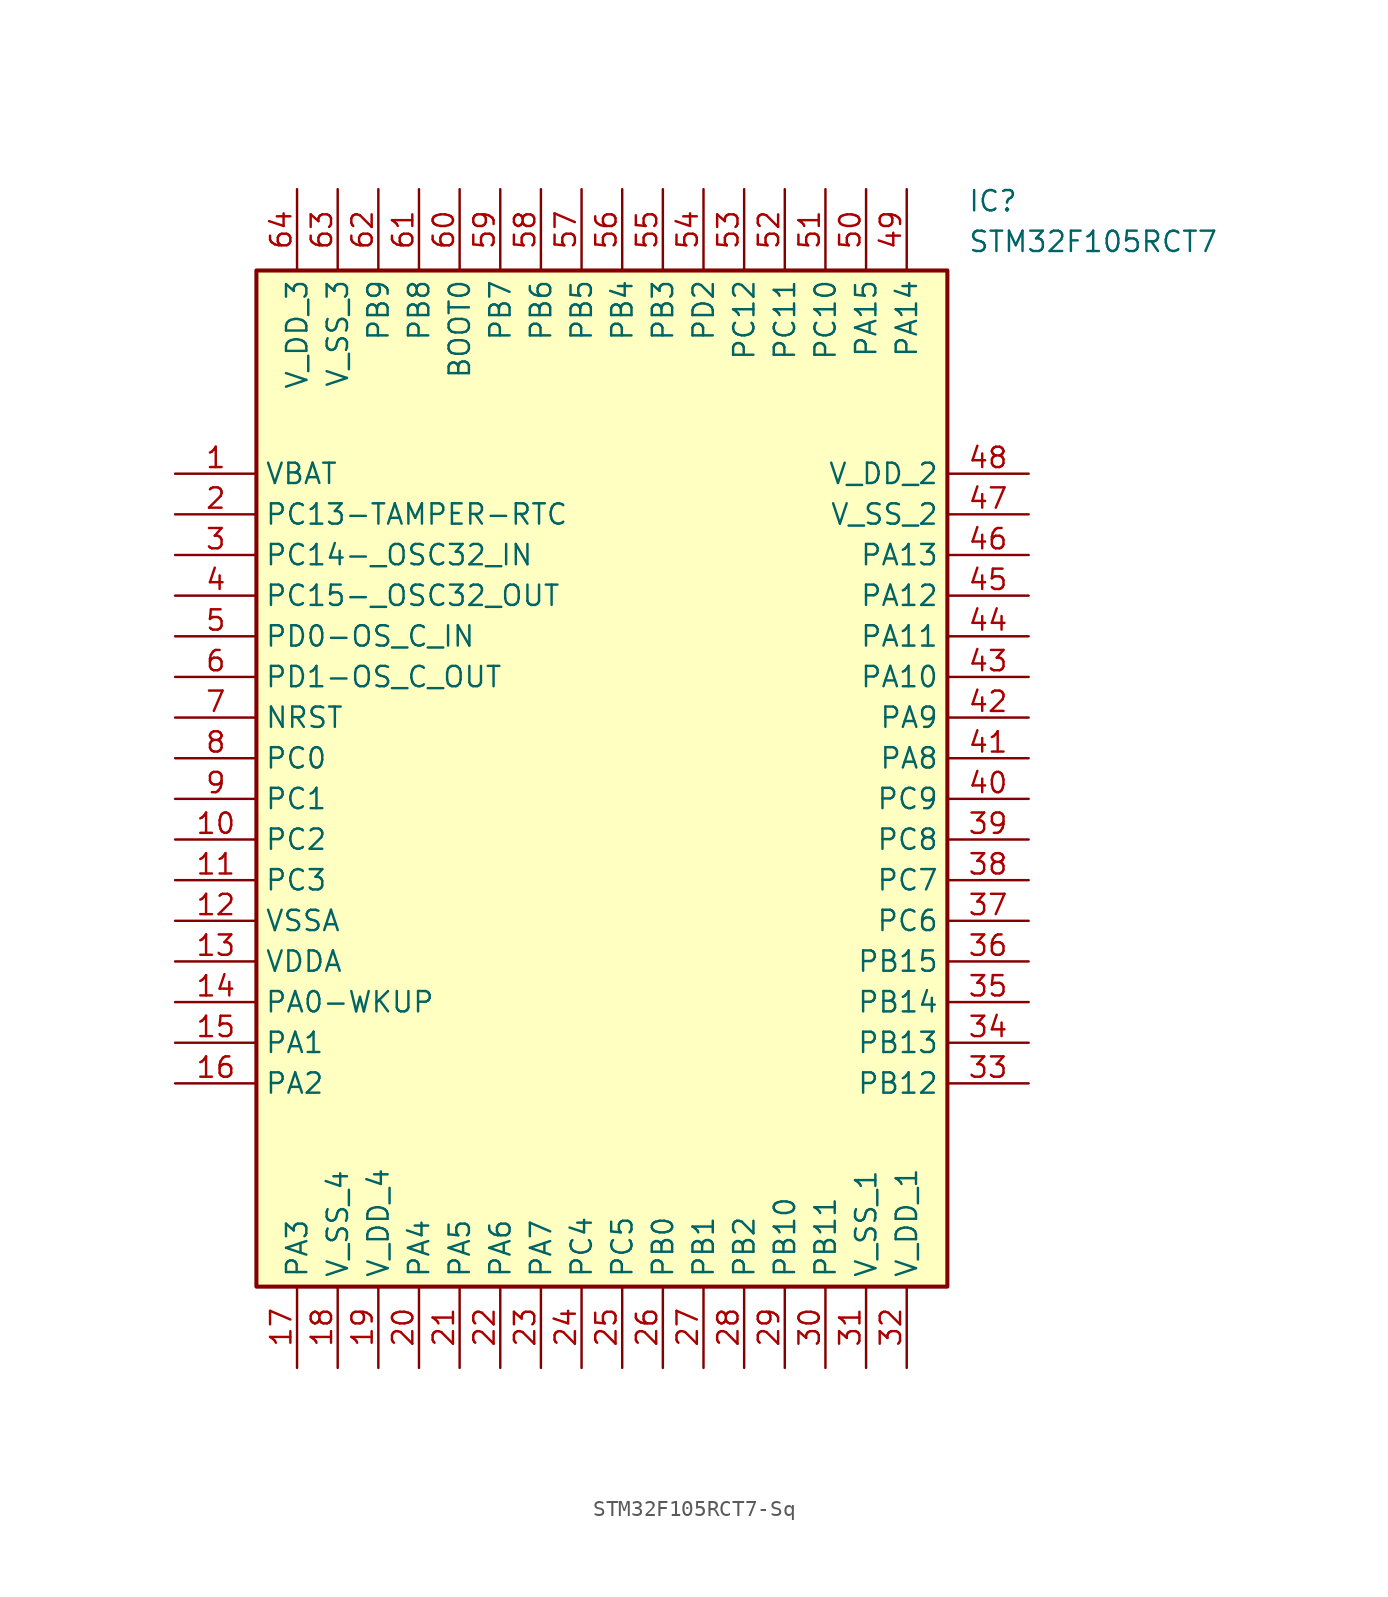
<source format=kicad_sym>
(kicad_symbol_lib
  (version 20231120)
  (generator "kicad_symbol_editor")
  (generator_version "8.0")
  (symbol "STM32F105RCT7-Sq"
    (property "Reference" "IC"
      (at 49.53 17.78 0)
      (effects (font (size 1.27 1.27)) (justify left top)))
    (property "Value" "STM32F105RCT7"
      (at 49.53 15.24 0)
      (effects (font (size 1.27 1.27)) (justify left top)))
    (rectangle
      (start 5.08 12.7)
      (end 48.26 -50.8)
      (stroke (width 0.254) (type default))
      (fill (type background)))
    (pin passive line
      (at 0 0 0)
      (length 5.08)
      (name "VBAT" (effects (font (size 1.27 1.27))))
      (number "1" (effects (font (size 1.27 1.27)))))
    (pin passive line
      (at 0 -2.54 0)
      (length 5.08)
      (name "PC13-TAMPER-RTC" (effects (font (size 1.27 1.27))))
      (number "2" (effects (font (size 1.27 1.27)))))
    (pin passive line
      (at 0 -5.08 0)
      (length 5.08)
      (name "PC14-_OSC32_IN" (effects (font (size 1.27 1.27))))
      (number "3" (effects (font (size 1.27 1.27)))))
    (pin passive line
      (at 0 -7.62 0)
      (length 5.08)
      (name "PC15-_OSC32_OUT" (effects (font (size 1.27 1.27))))
      (number "4" (effects (font (size 1.27 1.27)))))
    (pin passive line
      (at 0 -10.16 0)
      (length 5.08)
      (name "PD0-OS_C_IN" (effects (font (size 1.27 1.27))))
      (number "5" (effects (font (size 1.27 1.27)))))
    (pin passive line
      (at 0 -12.7 0)
      (length 5.08)
      (name "PD1-OS_C_OUT" (effects (font (size 1.27 1.27))))
      (number "6" (effects (font (size 1.27 1.27)))))
    (pin passive line
      (at 0 -15.24 0)
      (length 5.08)
      (name "NRST" (effects (font (size 1.27 1.27))))
      (number "7" (effects (font (size 1.27 1.27)))))
    (pin passive line
      (at 0 -17.78 0)
      (length 5.08)
      (name "PC0" (effects (font (size 1.27 1.27))))
      (number "8" (effects (font (size 1.27 1.27)))))
    (pin passive line
      (at 0 -20.32 0)
      (length 5.08)
      (name "PC1" (effects (font (size 1.27 1.27))))
      (number "9" (effects (font (size 1.27 1.27)))))
    (pin passive line
      (at 0 -22.86 0)
      (length 5.08)
      (name "PC2" (effects (font (size 1.27 1.27))))
      (number "10" (effects (font (size 1.27 1.27)))))
    (pin passive line
      (at 0 -25.4 0)
      (length 5.08)
      (name "PC3" (effects (font (size 1.27 1.27))))
      (number "11" (effects (font (size 1.27 1.27)))))
    (pin passive line
      (at 0 -27.94 0)
      (length 5.08)
      (name "VSSA" (effects (font (size 1.27 1.27))))
      (number "12" (effects (font (size 1.27 1.27)))))
    (pin passive line
      (at 0 -30.48 0)
      (length 5.08)
      (name "VDDA" (effects (font (size 1.27 1.27))))
      (number "13" (effects (font (size 1.27 1.27)))))
    (pin passive line
      (at 0 -33.02 0)
      (length 5.08)
      (name "PA0-WKUP" (effects (font (size 1.27 1.27))))
      (number "14" (effects (font (size 1.27 1.27)))))
    (pin passive line
      (at 0 -35.56 0)
      (length 5.08)
      (name "PA1" (effects (font (size 1.27 1.27))))
      (number "15" (effects (font (size 1.27 1.27)))))
    (pin passive line
      (at 0 -38.1 0)
      (length 5.08)
      (name "PA2" (effects (font (size 1.27 1.27))))
      (number "16" (effects (font (size 1.27 1.27)))))
    (pin passive line
      (at 7.62 -55.88 90)
      (length 5.08)
      (name "PA3" (effects (font (size 1.27 1.27))))
      (number "17" (effects (font (size 1.27 1.27)))))
    (pin passive line
      (at 10.16 -55.88 90)
      (length 5.08)
      (name "V_SS_4" (effects (font (size 1.27 1.27))))
      (number "18" (effects (font (size 1.27 1.27)))))
    (pin passive line
      (at 12.7 -55.88 90)
      (length 5.08)
      (name "V_DD_4" (effects (font (size 1.27 1.27))))
      (number "19" (effects (font (size 1.27 1.27)))))
    (pin passive line
      (at 15.24 -55.88 90)
      (length 5.08)
      (name "PA4" (effects (font (size 1.27 1.27))))
      (number "20" (effects (font (size 1.27 1.27)))))
    (pin passive line
      (at 17.78 -55.88 90)
      (length 5.08)
      (name "PA5" (effects (font (size 1.27 1.27))))
      (number "21" (effects (font (size 1.27 1.27)))))
    (pin passive line
      (at 20.32 -55.88 90)
      (length 5.08)
      (name "PA6" (effects (font (size 1.27 1.27))))
      (number "22" (effects (font (size 1.27 1.27)))))
    (pin passive line
      (at 22.86 -55.88 90)
      (length 5.08)
      (name "PA7" (effects (font (size 1.27 1.27))))
      (number "23" (effects (font (size 1.27 1.27)))))
    (pin passive line
      (at 25.4 -55.88 90)
      (length 5.08)
      (name "PC4" (effects (font (size 1.27 1.27))))
      (number "24" (effects (font (size 1.27 1.27)))))
    (pin passive line
      (at 27.94 -55.88 90)
      (length 5.08)
      (name "PC5" (effects (font (size 1.27 1.27))))
      (number "25" (effects (font (size 1.27 1.27)))))
    (pin passive line
      (at 30.48 -55.88 90)
      (length 5.08)
      (name "PB0" (effects (font (size 1.27 1.27))))
      (number "26" (effects (font (size 1.27 1.27)))))
    (pin passive line
      (at 33.02 -55.88 90)
      (length 5.08)
      (name "PB1" (effects (font (size 1.27 1.27))))
      (number "27" (effects (font (size 1.27 1.27)))))
    (pin passive line
      (at 35.56 -55.88 90)
      (length 5.08)
      (name "PB2" (effects (font (size 1.27 1.27))))
      (number "28" (effects (font (size 1.27 1.27)))))
    (pin passive line
      (at 38.1 -55.88 90)
      (length 5.08)
      (name "PB10" (effects (font (size 1.27 1.27))))
      (number "29" (effects (font (size 1.27 1.27)))))
    (pin passive line
      (at 40.64 -55.88 90)
      (length 5.08)
      (name "PB11" (effects (font (size 1.27 1.27))))
      (number "30" (effects (font (size 1.27 1.27)))))
    (pin passive line
      (at 43.18 -55.88 90)
      (length 5.08)
      (name "V_SS_1" (effects (font (size 1.27 1.27))))
      (number "31" (effects (font (size 1.27 1.27)))))
    (pin passive line
      (at 45.72 -55.88 90)
      (length 5.08)
      (name "V_DD_1" (effects (font (size 1.27 1.27))))
      (number "32" (effects (font (size 1.27 1.27)))))
    (pin passive line
      (at 53.34 0 180)
      (length 5.08)
      (name "V_DD_2" (effects (font (size 1.27 1.27))))
      (number "48" (effects (font (size 1.27 1.27)))))
    (pin passive line
      (at 53.34 -2.54 180)
      (length 5.08)
      (name "V_SS_2" (effects (font (size 1.27 1.27))))
      (number "47" (effects (font (size 1.27 1.27)))))
    (pin passive line
      (at 53.34 -5.08 180)
      (length 5.08)
      (name "PA13" (effects (font (size 1.27 1.27))))
      (number "46" (effects (font (size 1.27 1.27)))))
    (pin passive line
      (at 53.34 -7.62 180)
      (length 5.08)
      (name "PA12" (effects (font (size 1.27 1.27))))
      (number "45" (effects (font (size 1.27 1.27)))))
    (pin passive line
      (at 53.34 -10.16 180)
      (length 5.08)
      (name "PA11" (effects (font (size 1.27 1.27))))
      (number "44" (effects (font (size 1.27 1.27)))))
    (pin passive line
      (at 53.34 -12.7 180)
      (length 5.08)
      (name "PA10" (effects (font (size 1.27 1.27))))
      (number "43" (effects (font (size 1.27 1.27)))))
    (pin passive line
      (at 53.34 -15.24 180)
      (length 5.08)
      (name "PA9" (effects (font (size 1.27 1.27))))
      (number "42" (effects (font (size 1.27 1.27)))))
    (pin passive line
      (at 53.34 -17.78 180)
      (length 5.08)
      (name "PA8" (effects (font (size 1.27 1.27))))
      (number "41" (effects (font (size 1.27 1.27)))))
    (pin passive line
      (at 53.34 -20.32 180)
      (length 5.08)
      (name "PC9" (effects (font (size 1.27 1.27))))
      (number "40" (effects (font (size 1.27 1.27)))))
    (pin passive line
      (at 53.34 -22.86 180)
      (length 5.08)
      (name "PC8" (effects (font (size 1.27 1.27))))
      (number "39" (effects (font (size 1.27 1.27)))))
    (pin passive line
      (at 53.34 -25.4 180)
      (length 5.08)
      (name "PC7" (effects (font (size 1.27 1.27))))
      (number "38" (effects (font (size 1.27 1.27)))))
    (pin passive line
      (at 53.34 -27.94 180)
      (length 5.08)
      (name "PC6" (effects (font (size 1.27 1.27))))
      (number "37" (effects (font (size 1.27 1.27)))))
    (pin passive line
      (at 53.34 -30.48 180)
      (length 5.08)
      (name "PB15" (effects (font (size 1.27 1.27))))
      (number "36" (effects (font (size 1.27 1.27)))))
    (pin passive line
      (at 53.34 -33.02 180)
      (length 5.08)
      (name "PB14" (effects (font (size 1.27 1.27))))
      (number "35" (effects (font (size 1.27 1.27)))))
    (pin passive line
      (at 53.34 -35.56 180)
      (length 5.08)
      (name "PB13" (effects (font (size 1.27 1.27))))
      (number "34" (effects (font (size 1.27 1.27)))))
    (pin passive line
      (at 53.34 -38.1 180)
      (length 5.08)
      (name "PB12" (effects (font (size 1.27 1.27))))
      (number "33" (effects (font (size 1.27 1.27)))))
    (pin passive line
      (at 7.62 17.78 270)
      (length 5.08)
      (name "V_DD_3" (effects (font (size 1.27 1.27))))
      (number "64" (effects (font (size 1.27 1.27)))))
    (pin passive line
      (at 10.16 17.78 270)
      (length 5.08)
      (name "V_SS_3" (effects (font (size 1.27 1.27))))
      (number "63" (effects (font (size 1.27 1.27)))))
    (pin passive line
      (at 12.7 17.78 270)
      (length 5.08)
      (name "PB9" (effects (font (size 1.27 1.27))))
      (number "62" (effects (font (size 1.27 1.27)))))
    (pin passive line
      (at 15.24 17.78 270)
      (length 5.08)
      (name "PB8" (effects (font (size 1.27 1.27))))
      (number "61" (effects (font (size 1.27 1.27)))))
    (pin passive line
      (at 17.78 17.78 270)
      (length 5.08)
      (name "BOOT0" (effects (font (size 1.27 1.27))))
      (number "60" (effects (font (size 1.27 1.27)))))
    (pin passive line
      (at 20.32 17.78 270)
      (length 5.08)
      (name "PB7" (effects (font (size 1.27 1.27))))
      (number "59" (effects (font (size 1.27 1.27)))))
    (pin passive line
      (at 22.86 17.78 270)
      (length 5.08)
      (name "PB6" (effects (font (size 1.27 1.27))))
      (number "58" (effects (font (size 1.27 1.27)))))
    (pin passive line
      (at 25.4 17.78 270)
      (length 5.08)
      (name "PB5" (effects (font (size 1.27 1.27))))
      (number "57" (effects (font (size 1.27 1.27)))))
    (pin passive line
      (at 27.94 17.78 270)
      (length 5.08)
      (name "PB4" (effects (font (size 1.27 1.27))))
      (number "56" (effects (font (size 1.27 1.27)))))
    (pin passive line
      (at 30.48 17.78 270)
      (length 5.08)
      (name "PB3" (effects (font (size 1.27 1.27))))
      (number "55" (effects (font (size 1.27 1.27)))))
    (pin passive line
      (at 33.02 17.78 270)
      (length 5.08)
      (name "PD2" (effects (font (size 1.27 1.27))))
      (number "54" (effects (font (size 1.27 1.27)))))
    (pin passive line
      (at 35.56 17.78 270)
      (length 5.08)
      (name "PC12" (effects (font (size 1.27 1.27))))
      (number "53" (effects (font (size 1.27 1.27)))))
    (pin passive line
      (at 38.1 17.78 270)
      (length 5.08)
      (name "PC11" (effects (font (size 1.27 1.27))))
      (number "52" (effects (font (size 1.27 1.27)))))
    (pin passive line
      (at 40.64 17.78 270)
      (length 5.08)
      (name "PC10" (effects (font (size 1.27 1.27))))
      (number "51" (effects (font (size 1.27 1.27)))))
    (pin passive line
      (at 43.18 17.78 270)
      (length 5.08)
      (name "PA15" (effects (font (size 1.27 1.27))))
      (number "50" (effects (font (size 1.27 1.27)))))
    (pin passive line
      (at 45.72 17.78 270)
      (length 5.08)
      (name "PA14" (effects (font (size 1.27 1.27))))
      (number "49" (effects (font (size 1.27 1.27)))))))
</source>
